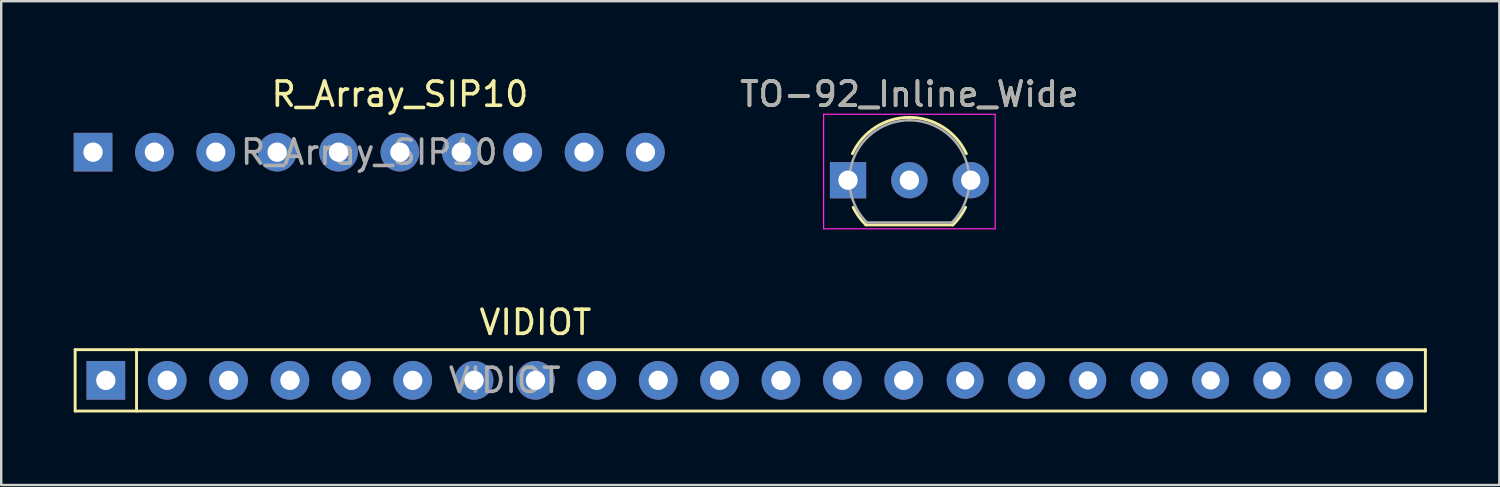
<source format=kicad_pcb>
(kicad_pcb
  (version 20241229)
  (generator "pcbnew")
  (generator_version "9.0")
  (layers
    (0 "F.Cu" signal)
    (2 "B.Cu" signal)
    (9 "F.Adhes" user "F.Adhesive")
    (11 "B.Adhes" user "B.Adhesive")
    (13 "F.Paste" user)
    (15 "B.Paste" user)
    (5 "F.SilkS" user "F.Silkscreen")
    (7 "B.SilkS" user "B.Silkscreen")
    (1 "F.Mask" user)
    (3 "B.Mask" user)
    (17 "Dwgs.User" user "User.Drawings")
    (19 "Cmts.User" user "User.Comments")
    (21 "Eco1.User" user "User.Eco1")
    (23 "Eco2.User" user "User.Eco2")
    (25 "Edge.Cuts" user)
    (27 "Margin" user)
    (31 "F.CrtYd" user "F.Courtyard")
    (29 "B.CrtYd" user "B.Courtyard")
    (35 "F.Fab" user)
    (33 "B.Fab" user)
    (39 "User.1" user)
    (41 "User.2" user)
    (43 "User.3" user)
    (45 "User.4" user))
  (footprint "VIDIOT"
    (layer "F.Cu")
    (at 1.33 12.691)
    (property "Reference" "VIDIOT" (at 17.78 -2.4 0) (layer "F.SilkS") (effects (font (size 1 1) (thickness 0.15))))
    (attr through_hole)
    (fp_line (start -1.27 -1.27) (end -1.27 1.27) (stroke (width 0.12) (type solid)) (layer "F.SilkS"))
    (fp_line (start -1.27 1.27) (end 54.61 1.27) (stroke (width 0.12) (type solid)) (layer "F.SilkS"))
    (fp_line (start 1.27 -1.27) (end 1.27 1.27) (stroke (width 0.12) (type solid)) (layer "F.SilkS"))
    (fp_line (start 54.61 -1.27) (end -1.27 -1.27) (stroke (width 0.12) (type solid)) (layer "F.SilkS"))
    (fp_line (start 54.61 1.27) (end 54.61 -1.27) (stroke (width 0.12) (type solid)) (layer "F.SilkS"))
    (fp_text user "${REFERENCE}" (at 16.51 0 0) (layer "F.Fab") (effects (font (size 1 1) (thickness 0.15))))
    (pad "1" thru_hole rect (at 0 0) (size 1.6 1.6) (drill 0.8) (layers "*.Cu" "*.Mask"))
    (pad "2" thru_hole oval (at 2.54 0) (size 1.6 1.6) (drill 0.8) (layers "*.Cu" "*.Mask"))
    (pad "3" thru_hole oval (at 5.08 0) (size 1.6 1.6) (drill 0.8) (layers "*.Cu" "*.Mask"))
    (pad "4" thru_hole oval (at 7.62 0) (size 1.6 1.6) (drill 0.8) (layers "*.Cu" "*.Mask"))
    (pad "5" thru_hole oval (at 10.16 0) (size 1.6 1.6) (drill 0.8) (layers "*.Cu" "*.Mask"))
    (pad "6" thru_hole oval (at 12.7 0) (size 1.6 1.6) (drill 0.8) (layers "*.Cu" "*.Mask"))
    (pad "7" thru_hole oval (at 15.24 0) (size 1.6 1.6) (drill 0.8) (layers "*.Cu" "*.Mask"))
    (pad "8" thru_hole oval (at 17.78 0) (size 1.6 1.6) (drill 0.8) (layers "*.Cu" "*.Mask"))
    (pad "9" thru_hole oval (at 20.32 0) (size 1.6 1.6) (drill 0.8) (layers "*.Cu" "*.Mask"))
    (pad "10" thru_hole oval (at 22.86 0) (size 1.6 1.6) (drill 0.8) (layers "*.Cu" "*.Mask"))
    (pad "11" thru_hole oval (at 25.4 0) (size 1.6 1.6) (drill 0.8) (layers "*.Cu" "*.Mask"))
    (pad "12" thru_hole oval (at 27.94 0) (size 1.6 1.6) (drill 0.8) (layers "*.Cu" "*.Mask"))
    (pad "13" thru_hole oval (at 30.48 0) (size 1.6 1.6) (drill 0.8) (layers "*.Cu" "*.Mask"))
    (pad "14" thru_hole oval (at 33.02 0) (size 1.6 1.6) (drill 0.8) (layers "*.Cu" "*.Mask"))
    (pad "15" thru_hole circle (at 35.56 0) (size 1.524 1.524) (drill 0.762) (layers "*.Cu" "*.Mask"))
    (pad "16" thru_hole circle (at 38.1 0) (size 1.524 1.524) (drill 0.762) (layers "*.Cu" "*.Mask"))
    (pad "17" thru_hole circle (at 40.64 0) (size 1.524 1.524) (drill 0.762) (layers "*.Cu" "*.Mask"))
    (pad "18" thru_hole circle (at 43.18 0) (size 1.524 1.524) (drill 0.762) (layers "*.Cu" "*.Mask"))
    (pad "19" thru_hole circle (at 45.72 0) (size 1.524 1.524) (drill 0.762) (layers "*.Cu" "*.Mask"))
    (pad "20" thru_hole circle (at 48.26 0) (size 1.524 1.524) (drill 0.762) (layers "*.Cu" "*.Mask"))
    (pad "21" thru_hole circle (at 50.8 0) (size 1.524 1.524) (drill 0.762) (layers "*.Cu" "*.Mask"))
    (pad "22" thru_hole circle (at 53.34 0) (size 1.524 1.524) (drill 0.762) (layers "*.Cu" "*.Mask")))
  (footprint "TO-92_Inline_Wide"
    (layer "F.Cu")
    (at 32.045 4.408)
    (property "Reference" "TO-92_Inline_Wide" (at 2.54 -3.56 0) (layer "F.SilkS") (effects (font (size 1 1) (thickness 0.15))))
    (attr through_hole)
    (fp_line (start 0.74 1.85) (end 4.34 1.85) (stroke (width 0.12) (type solid)) (layer "F.SilkS"))
    (fp_arc (start 0.1836 -1.098807) (mid 1.143021 -2.192817) (end 2.54 -2.6) (stroke (width 0.12) (type solid)) (layer "F.SilkS"))
    (fp_arc (start 0.74 1.85) (mid 0.446097 1.509328) (end 0.215816 1.122795) (stroke (width 0.12) (type solid)) (layer "F.SilkS"))
    (fp_arc (start 2.54 -2.6) (mid 3.936979 -2.192818) (end 4.8964 -1.098807) (stroke (width 0.12) (type solid)) (layer "F.SilkS"))
    (fp_arc (start 4.864184 1.122795) (mid 4.633903 1.509328) (end 4.34 1.85) (stroke (width 0.12) (type solid)) (layer "F.SilkS"))
    (fp_line (start -1.01 -2.73) (end -1.01 2.01) (stroke (width 0.05) (type solid)) (layer "F.CrtYd"))
    (fp_line (start -1.01 -2.73) (end 6.09 -2.73) (stroke (width 0.05) (type solid)) (layer "F.CrtYd"))
    (fp_line (start 6.09 2.01) (end -1.01 2.01) (stroke (width 0.05) (type solid)) (layer "F.CrtYd"))
    (fp_line (start 6.09 2.01) (end 6.09 -2.73) (stroke (width 0.05) (type solid)) (layer "F.CrtYd"))
    (fp_line (start 0.8 1.75) (end 4.3 1.75) (stroke (width 0.1) (type solid)) (layer "F.Fab"))
    (fp_arc (start 0.786375 1.753625) (mid 0.248779 -0.949055) (end 2.54 -2.48) (stroke (width 0.1) (type solid)) (layer "F.Fab"))
    (fp_arc (start 2.54 -2.48) (mid 4.831221 -0.949055) (end 4.293625 1.753625) (stroke (width 0.1) (type solid)) (layer "F.Fab"))
    (fp_text user "${REFERENCE}" (at 2.54 -3.56 0) (layer "F.Fab") (effects (font (size 1 1) (thickness 0.15))))
    (pad "1" thru_hole circle (at 5.08 0 90) (size 1.5 1.5) (drill 0.8) (layers "*.Cu" "*.Mask"))
    (pad "2" thru_hole circle (at 2.54 0 90) (size 1.5 1.5) (drill 0.8) (layers "*.Cu" "*.Mask"))
    (pad "3" thru_hole rect (at 0 0 90) (size 1.5 1.5) (drill 0.8) (layers "*.Cu" "*.Mask")))
  (footprint "R_Array_SIP10"
    (layer "F.Cu")
    (at 0.8 3.248)
    (property "Reference" "R_Array_SIP10" (at 12.7 -2.4 0) (layer "F.SilkS") (effects (font (size 1 1) (thickness 0.15))))
    (attr through_hole)
    (fp_text user "${REFERENCE}" (at 11.43 0 0) (layer "F.Fab") (effects (font (size 1 1) (thickness 0.15))))
    (pad "1" thru_hole rect (at 0 0) (size 1.6 1.6) (drill 0.8) (layers "*.Cu" "*.Mask"))
    (pad "2" thru_hole oval (at 2.54 0) (size 1.6 1.6) (drill 0.8) (layers "*.Cu" "*.Mask"))
    (pad "3" thru_hole oval (at 5.08 0) (size 1.6 1.6) (drill 0.8) (layers "*.Cu" "*.Mask"))
    (pad "4" thru_hole oval (at 7.62 0) (size 1.6 1.6) (drill 0.8) (layers "*.Cu" "*.Mask"))
    (pad "5" thru_hole oval (at 10.16 0) (size 1.6 1.6) (drill 0.8) (layers "*.Cu" "*.Mask"))
    (pad "6" thru_hole oval (at 12.7 0) (size 1.6 1.6) (drill 0.8) (layers "*.Cu" "*.Mask"))
    (pad "7" thru_hole oval (at 15.24 0) (size 1.6 1.6) (drill 0.8) (layers "*.Cu" "*.Mask"))
    (pad "8" thru_hole oval (at 17.78 0) (size 1.6 1.6) (drill 0.8) (layers "*.Cu" "*.Mask"))
    (pad "9" thru_hole oval (at 20.32 0) (size 1.6 1.6) (drill 0.8) (layers "*.Cu" "*.Mask"))
    (pad "10" thru_hole oval (at 22.86 0) (size 1.6 1.6) (drill 0.8) (layers "*.Cu" "*.Mask")))
  (gr_rect
    (start -3 -3)
    (end 59 17.021)
    (stroke (width 0.1) (type default))
    (fill no)
    (layer "Edge.Cuts")))
</source>
